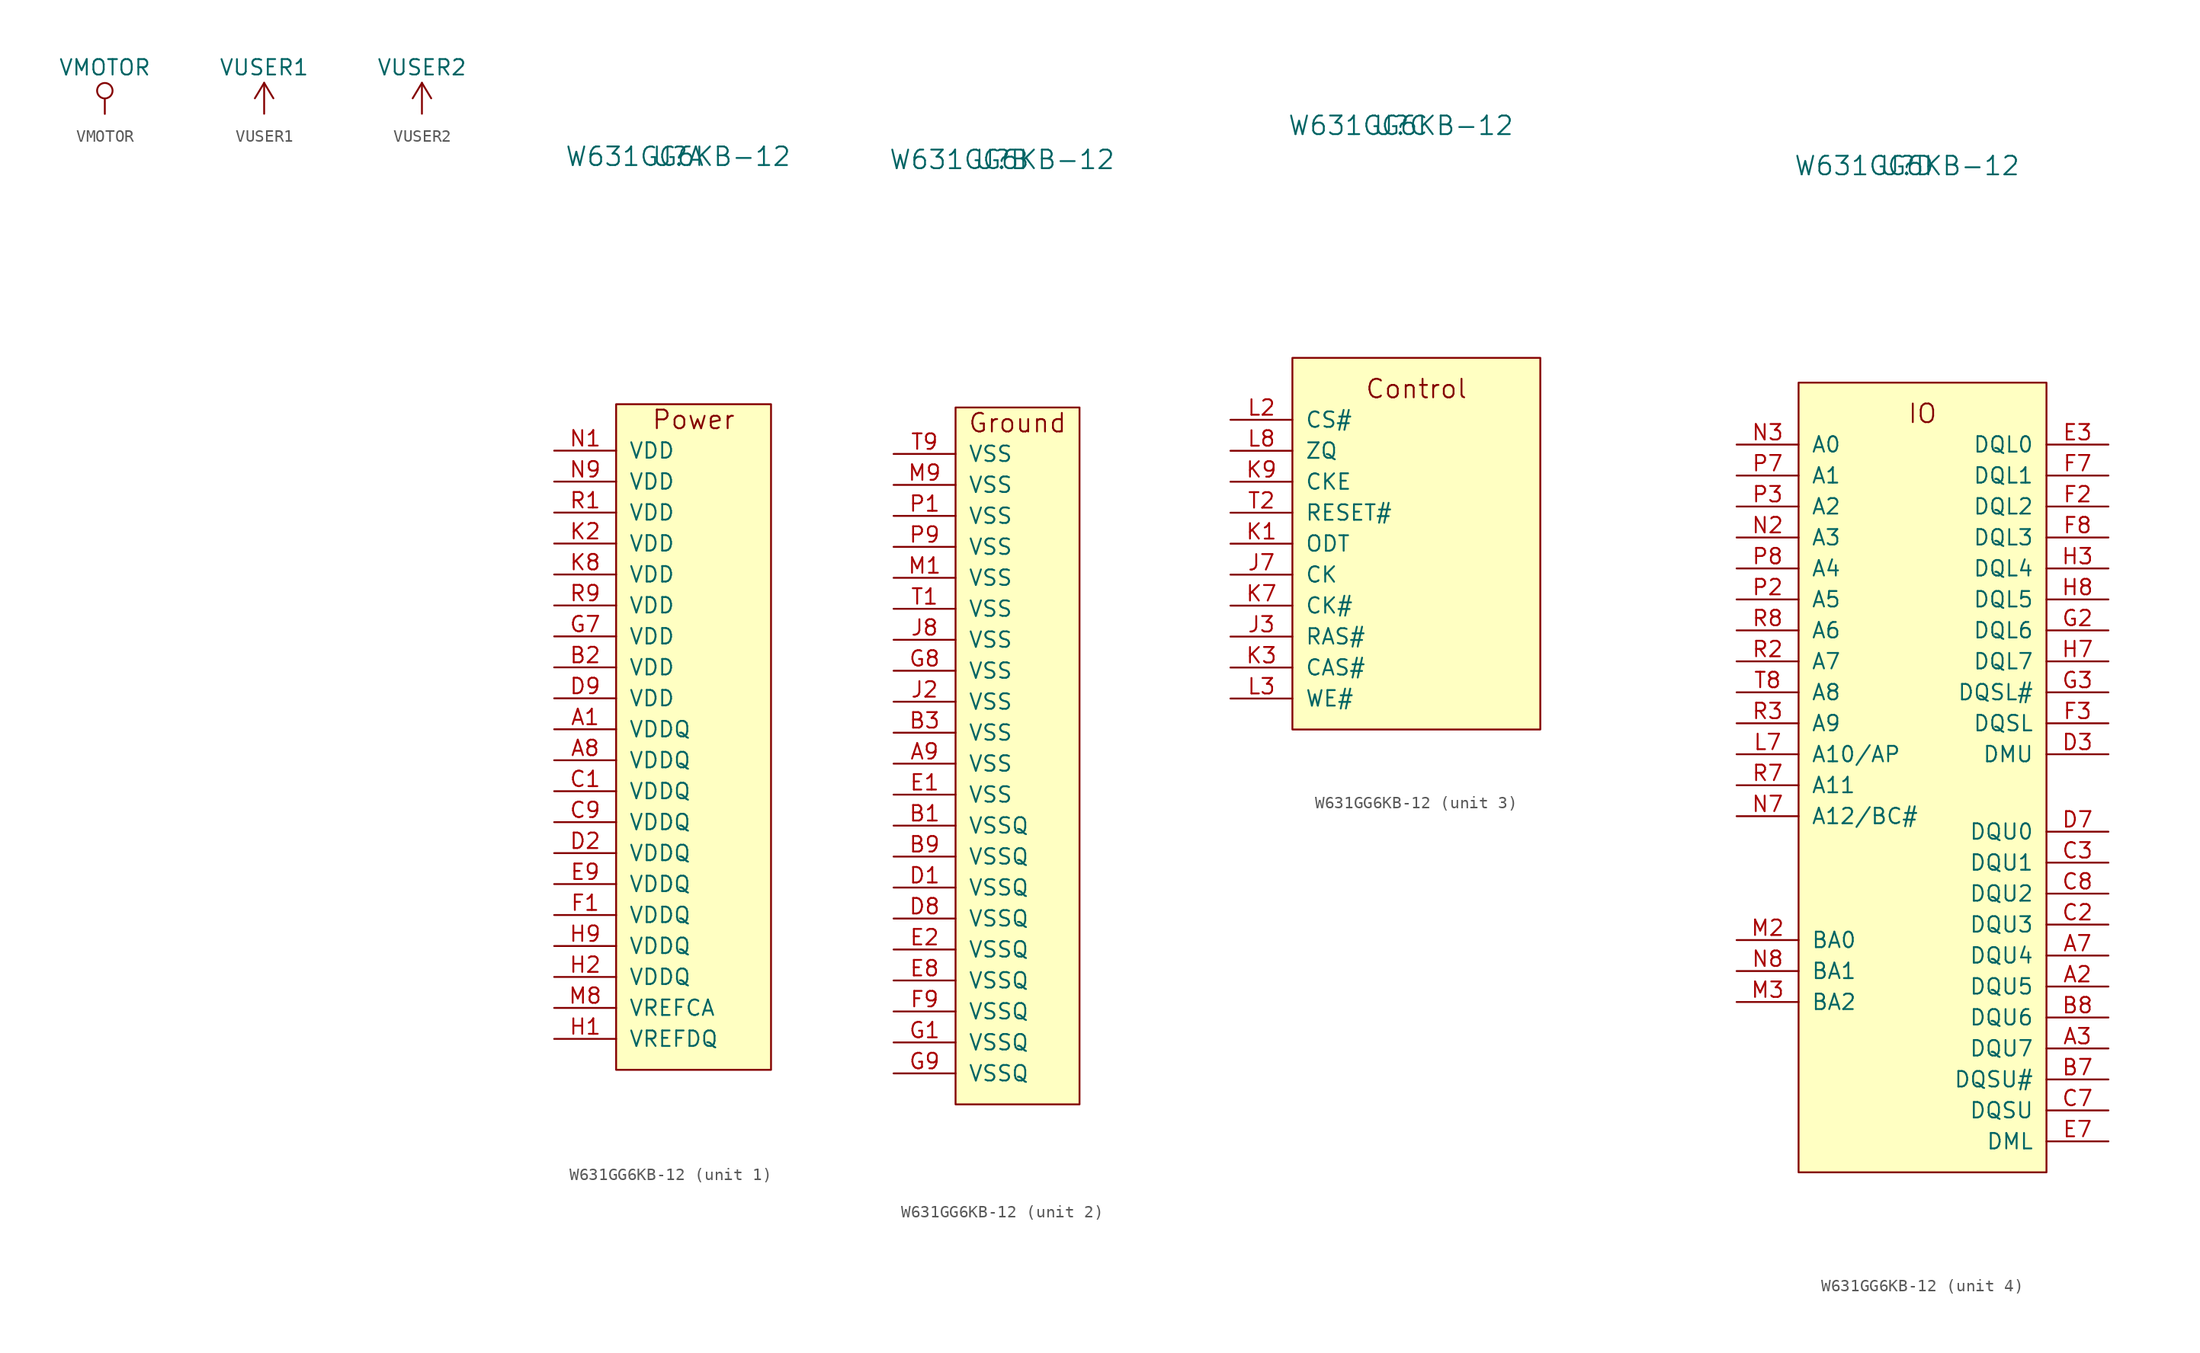
<source format=kicad_sym>
(kicad_symbol_lib
  (version 20211014)
  (generator kicad_symbol_editor)
  (symbol "VMOTOR"
    (power)
    (pin_names
      (offset 0))
    (property "Reference" "#PWR"
      (at 0 -3.81 0)
      (effects (font (size 1.27 1.27)) hide))
    (property "Value" "VMOTOR"
      (at 0 3.81 0)
      (effects (font (size 1.27 1.27))))
    (property "Footprint" ""
      (at 0 0 0)
      (effects (font (size 1.27 1.27))))
    (property "Datasheet" ""
      (at 0 0 0)
      (effects (font (size 1.27 1.27))))
    (symbol "VMOTOR_0_1"
      (polyline (pts (xy 0 0) (xy 0 1.27)) (stroke (width 0) (type default) (color 0 0 0 0)) (fill (type none)))
      (circle (center 0 1.905) (radius 0.635) (stroke (width 0) (type default) (color 0 0 0 0)) (fill (type none))))
    (symbol "VMOTOR_1_1"
      (pin power_in line (at 0 0 180) (length 0) hide (name "VMOTOR" (effects (font (size 1.27 1.27)))) (number "1" (effects (font (size 1.27 1.27)))))))
  (symbol "VUSER1"
    (power)
    (pin_names
      (offset 0))
    (property "Reference" "#PWR"
      (at 0 -3.81 0)
      (effects (font (size 1.27 1.27)) hide))
    (property "Value" "VUSER1"
      (at 0 3.81 0)
      (effects (font (size 1.27 1.27))))
    (symbol "VUSER1_0_1"
      (polyline (pts (xy -0.762 1.27) (xy 0 2.54)) (stroke (width 0) (type default) (color 0 0 0 0)) (fill (type none)))
      (polyline (pts (xy 0 0) (xy 0 2.54)) (stroke (width 0) (type default) (color 0 0 0 0)) (fill (type none)))
      (polyline (pts (xy 0 2.54) (xy 0.762 1.27)) (stroke (width 0) (type default) (color 0 0 0 0)) (fill (type none))))
    (symbol "VUSER1_1_1"
      (pin power_in line (at 0 0 90) (length 0) hide (name "VUSER1" (effects (font (size 1.27 1.27)))) (number "1" (effects (font (size 1.27 1.27)))))))
  (symbol "VUSER2"
    (power)
    (pin_names
      (offset 0))
    (property "Reference" "#PWR"
      (at 0 -3.81 0)
      (effects (font (size 1.27 1.27)) hide))
    (property "Value" "VUSER2"
      (at 0 3.81 0)
      (effects (font (size 1.27 1.27))))
    (symbol "VUSER2_0_1"
      (polyline (pts (xy -0.762 1.27) (xy 0 2.54)) (stroke (width 0) (type default) (color 0 0 0 0)) (fill (type none)))
      (polyline (pts (xy 0 0) (xy 0 2.54)) (stroke (width 0) (type default) (color 0 0 0 0)) (fill (type none)))
      (polyline (pts (xy 0 2.54) (xy 0.762 1.27)) (stroke (width 0) (type default) (color 0 0 0 0)) (fill (type none))))
    (symbol "VUSER2_1_1"
      (pin power_in line (at 0 0 90) (length 0) hide (name "VUSER2" (effects (font (size 1.27 1.27)))) (number "1" (effects (font (size 1.27 1.27)))))))
  (symbol "W631GG6KB-12"
    (pin_names
      (offset 1.016))
    (property "Reference" "U"
      (at -1.27 24.13 0)
      (effects (font (size 1.524 1.524))))
    (property "Value" "W631GG6KB-12"
      (at -1.27 24.13 0)
      (effects (font (size 1.524 1.524))))
    (property "Footprint" ""
      (at -1.27 24.13 0)
      (effects (font (size 1.524 1.524))))
    (property "Datasheet" ""
      (at -1.27 24.13 0)
      (effects (font (size 1.524 1.524))))
    (property "ki_locked" ""
      (at 0 0 0)
      (effects (font (size 1.27 1.27))))
    (symbol "W631GG6KB-12_1_0"
      (text "Power" (at 0 2.54 0) (effects (font (size 1.524 1.524)))))
    (symbol "W631GG6KB-12_1_1"
      (rectangle (start -6.35 3.81) (end 6.35 -50.8) (stroke (width 0) (type default) (color 0 0 0 0)) (fill (type background)))
      (pin input line (at -11.43 -22.86 0) (length 5.08) (name "VDDQ" (effects (font (size 1.27 1.27)))) (number "A1" (effects (font (size 1.27 1.27)))))
      (pin input line (at -11.43 -25.4 0) (length 5.08) (name "VDDQ" (effects (font (size 1.27 1.27)))) (number "A8" (effects (font (size 1.27 1.27)))))
      (pin input line (at -11.43 -17.78 0) (length 5.08) (name "VDD" (effects (font (size 1.27 1.27)))) (number "B2" (effects (font (size 1.27 1.27)))))
      (pin input line (at -11.43 -27.94 0) (length 5.08) (name "VDDQ" (effects (font (size 1.27 1.27)))) (number "C1" (effects (font (size 1.27 1.27)))))
      (pin input line (at -11.43 -30.48 0) (length 5.08) (name "VDDQ" (effects (font (size 1.27 1.27)))) (number "C9" (effects (font (size 1.27 1.27)))))
      (pin input line (at -11.43 -33.02 0) (length 5.08) (name "VDDQ" (effects (font (size 1.27 1.27)))) (number "D2" (effects (font (size 1.27 1.27)))))
      (pin input line (at -11.43 -20.32 0) (length 5.08) (name "VDD" (effects (font (size 1.27 1.27)))) (number "D9" (effects (font (size 1.27 1.27)))))
      (pin input line (at -11.43 -35.56 0) (length 5.08) (name "VDDQ" (effects (font (size 1.27 1.27)))) (number "E9" (effects (font (size 1.27 1.27)))))
      (pin input line (at -11.43 -38.1 0) (length 5.08) (name "VDDQ" (effects (font (size 1.27 1.27)))) (number "F1" (effects (font (size 1.27 1.27)))))
      (pin input line (at -11.43 -15.24 0) (length 5.08) (name "VDD" (effects (font (size 1.27 1.27)))) (number "G7" (effects (font (size 1.27 1.27)))))
      (pin input line (at -11.43 -48.26 0) (length 5.08) (name "VREFDQ" (effects (font (size 1.27 1.27)))) (number "H1" (effects (font (size 1.27 1.27)))))
      (pin input line (at -11.43 -43.18 0) (length 5.08) (name "VDDQ" (effects (font (size 1.27 1.27)))) (number "H2" (effects (font (size 1.27 1.27)))))
      (pin input line (at -11.43 -40.64 0) (length 5.08) (name "VDDQ" (effects (font (size 1.27 1.27)))) (number "H9" (effects (font (size 1.27 1.27)))))
      (pin input line (at -11.43 -7.62 0) (length 5.08) (name "VDD" (effects (font (size 1.27 1.27)))) (number "K2" (effects (font (size 1.27 1.27)))))
      (pin input line (at -11.43 -10.16 0) (length 5.08) (name "VDD" (effects (font (size 1.27 1.27)))) (number "K8" (effects (font (size 1.27 1.27)))))
      (pin input line (at -11.43 -45.72 0) (length 5.08) (name "VREFCA" (effects (font (size 1.27 1.27)))) (number "M8" (effects (font (size 1.27 1.27)))))
      (pin input line (at -11.43 0 0) (length 5.08) (name "VDD" (effects (font (size 1.27 1.27)))) (number "N1" (effects (font (size 1.27 1.27)))))
      (pin input line (at -11.43 -2.54 0) (length 5.08) (name "VDD" (effects (font (size 1.27 1.27)))) (number "N9" (effects (font (size 1.27 1.27)))))
      (pin input line (at -11.43 -5.08 0) (length 5.08) (name "VDD" (effects (font (size 1.27 1.27)))) (number "R1" (effects (font (size 1.27 1.27)))))
      (pin input line (at -11.43 -12.7 0) (length 5.08) (name "VDD" (effects (font (size 1.27 1.27)))) (number "R9" (effects (font (size 1.27 1.27))))))
    (symbol "W631GG6KB-12_2_0"
      (rectangle (start -5.08 3.81) (end 5.08 -53.34) (stroke (width 0) (type default) (color 0 0 0 0)) (fill (type background)))
      (text "Ground" (at 0 2.54 0) (effects (font (size 1.524 1.524)))))
    (symbol "W631GG6KB-12_2_1"
      (pin input line (at -10.16 -25.4 0) (length 5.08) (name "VSS" (effects (font (size 1.27 1.27)))) (number "A9" (effects (font (size 1.27 1.27)))))
      (pin input line (at -10.16 -30.48 0) (length 5.08) (name "VSSQ" (effects (font (size 1.27 1.27)))) (number "B1" (effects (font (size 1.27 1.27)))))
      (pin input line (at -10.16 -22.86 0) (length 5.08) (name "VSS" (effects (font (size 1.27 1.27)))) (number "B3" (effects (font (size 1.27 1.27)))))
      (pin input line (at -10.16 -33.02 0) (length 5.08) (name "VSSQ" (effects (font (size 1.27 1.27)))) (number "B9" (effects (font (size 1.27 1.27)))))
      (pin input line (at -10.16 -35.56 0) (length 5.08) (name "VSSQ" (effects (font (size 1.27 1.27)))) (number "D1" (effects (font (size 1.27 1.27)))))
      (pin input line (at -10.16 -38.1 0) (length 5.08) (name "VSSQ" (effects (font (size 1.27 1.27)))) (number "D8" (effects (font (size 1.27 1.27)))))
      (pin input line (at -10.16 -27.94 0) (length 5.08) (name "VSS" (effects (font (size 1.27 1.27)))) (number "E1" (effects (font (size 1.27 1.27)))))
      (pin input line (at -10.16 -40.64 0) (length 5.08) (name "VSSQ" (effects (font (size 1.27 1.27)))) (number "E2" (effects (font (size 1.27 1.27)))))
      (pin input line (at -10.16 -43.18 0) (length 5.08) (name "VSSQ" (effects (font (size 1.27 1.27)))) (number "E8" (effects (font (size 1.27 1.27)))))
      (pin input line (at -10.16 -45.72 0) (length 5.08) (name "VSSQ" (effects (font (size 1.27 1.27)))) (number "F9" (effects (font (size 1.27 1.27)))))
      (pin input line (at -10.16 -48.26 0) (length 5.08) (name "VSSQ" (effects (font (size 1.27 1.27)))) (number "G1" (effects (font (size 1.27 1.27)))))
      (pin input line (at -10.16 -17.78 0) (length 5.08) (name "VSS" (effects (font (size 1.27 1.27)))) (number "G8" (effects (font (size 1.27 1.27)))))
      (pin input line (at -10.16 -50.8 0) (length 5.08) (name "VSSQ" (effects (font (size 1.27 1.27)))) (number "G9" (effects (font (size 1.27 1.27)))))
      (pin input line (at -10.16 -20.32 0) (length 5.08) (name "VSS" (effects (font (size 1.27 1.27)))) (number "J2" (effects (font (size 1.27 1.27)))))
      (pin input line (at -10.16 -15.24 0) (length 5.08) (name "VSS" (effects (font (size 1.27 1.27)))) (number "J8" (effects (font (size 1.27 1.27)))))
      (pin input line (at -10.16 -10.16 0) (length 5.08) (name "VSS" (effects (font (size 1.27 1.27)))) (number "M1" (effects (font (size 1.27 1.27)))))
      (pin input line (at -10.16 -2.54 0) (length 5.08) (name "VSS" (effects (font (size 1.27 1.27)))) (number "M9" (effects (font (size 1.27 1.27)))))
      (pin input line (at -10.16 -5.08 0) (length 5.08) (name "VSS" (effects (font (size 1.27 1.27)))) (number "P1" (effects (font (size 1.27 1.27)))))
      (pin input line (at -10.16 -7.62 0) (length 5.08) (name "VSS" (effects (font (size 1.27 1.27)))) (number "P9" (effects (font (size 1.27 1.27)))))
      (pin input line (at -10.16 -12.7 0) (length 5.08) (name "VSS" (effects (font (size 1.27 1.27)))) (number "T1" (effects (font (size 1.27 1.27)))))
      (pin input line (at -10.16 0 0) (length 5.08) (name "VSS" (effects (font (size 1.27 1.27)))) (number "T9" (effects (font (size 1.27 1.27))))))
    (symbol "W631GG6KB-12_3_0"
      (rectangle (start -10.16 5.08) (end 10.16 -25.4) (stroke (width 0) (type default) (color 0 0 0 0)) (fill (type background)))
      (text "Control" (at 0 2.54 0) (effects (font (size 1.524 1.524)))))
    (symbol "W631GG6KB-12_3_1"
      (pin input line (at 15.24 -2.54 180) (length 5.08) hide (name "NC" (effects (font (size 1.27 1.27)))) (number "J1" (effects (font (size 1.27 1.27)))))
      (pin input line (at -15.24 -17.78 0) (length 5.08) (name "RAS#" (effects (font (size 1.27 1.27)))) (number "J3" (effects (font (size 1.27 1.27)))))
      (pin input line (at -15.24 -12.7 0) (length 5.08) (name "CK" (effects (font (size 1.27 1.27)))) (number "J7" (effects (font (size 1.27 1.27)))))
      (pin input line (at 15.24 -5.08 180) (length 5.08) hide (name "NC" (effects (font (size 1.27 1.27)))) (number "J9" (effects (font (size 1.27 1.27)))))
      (pin input line (at -15.24 -10.16 0) (length 5.08) (name "ODT" (effects (font (size 1.27 1.27)))) (number "K1" (effects (font (size 1.27 1.27)))))
      (pin input line (at -15.24 -20.32 0) (length 5.08) (name "CAS#" (effects (font (size 1.27 1.27)))) (number "K3" (effects (font (size 1.27 1.27)))))
      (pin input line (at -15.24 -15.24 0) (length 5.08) (name "CK#" (effects (font (size 1.27 1.27)))) (number "K7" (effects (font (size 1.27 1.27)))))
      (pin input line (at -15.24 -5.08 0) (length 5.08) (name "CKE" (effects (font (size 1.27 1.27)))) (number "K9" (effects (font (size 1.27 1.27)))))
      (pin input line (at 15.24 -7.62 180) (length 5.08) hide (name "NC" (effects (font (size 1.27 1.27)))) (number "L1" (effects (font (size 1.27 1.27)))))
      (pin input line (at -15.24 0 0) (length 5.08) (name "CS#" (effects (font (size 1.27 1.27)))) (number "L2" (effects (font (size 1.27 1.27)))))
      (pin input line (at -15.24 -22.86 0) (length 5.08) (name "WE#" (effects (font (size 1.27 1.27)))) (number "L3" (effects (font (size 1.27 1.27)))))
      (pin input line (at -15.24 -2.54 0) (length 5.08) (name "ZQ" (effects (font (size 1.27 1.27)))) (number "L8" (effects (font (size 1.27 1.27)))))
      (pin input line (at 15.24 -10.16 180) (length 5.08) hide (name "NC" (effects (font (size 1.27 1.27)))) (number "L9" (effects (font (size 1.27 1.27)))))
      (pin input line (at 15.24 0 180) (length 5.08) hide (name "NC" (effects (font (size 1.27 1.27)))) (number "M7" (effects (font (size 1.27 1.27)))))
      (pin input line (at -15.24 -7.62 0) (length 5.08) (name "RESET#" (effects (font (size 1.27 1.27)))) (number "T2" (effects (font (size 1.27 1.27)))))
      (pin input line (at 15.24 -12.7 180) (length 5.08) hide (name "NC" (effects (font (size 1.27 1.27)))) (number "T3" (effects (font (size 1.27 1.27)))))
      (pin input line (at 15.24 -15.24 180) (length 5.08) hide (name "NC" (effects (font (size 1.27 1.27)))) (number "T7" (effects (font (size 1.27 1.27))))))
    (symbol "W631GG6KB-12_4_0"
      (rectangle (start -10.16 6.35) (end 10.16 -58.42) (stroke (width 0) (type default) (color 0 0 0 0)) (fill (type background)))
      (text "IO" (at 0 3.81 0) (effects (font (size 1.524 1.524)))))
    (symbol "W631GG6KB-12_4_1"
      (pin input line (at 15.24 -43.18 180) (length 5.08) (name "DQU5" (effects (font (size 1.27 1.27)))) (number "A2" (effects (font (size 1.27 1.27)))))
      (pin input line (at 15.24 -48.26 180) (length 5.08) (name "DQU7" (effects (font (size 1.27 1.27)))) (number "A3" (effects (font (size 1.27 1.27)))))
      (pin input line (at 15.24 -40.64 180) (length 5.08) (name "DQU4" (effects (font (size 1.27 1.27)))) (number "A7" (effects (font (size 1.27 1.27)))))
      (pin input line (at 15.24 -50.8 180) (length 5.08) (name "DQSU#" (effects (font (size 1.27 1.27)))) (number "B7" (effects (font (size 1.27 1.27)))))
      (pin input line (at 15.24 -45.72 180) (length 5.08) (name "DQU6" (effects (font (size 1.27 1.27)))) (number "B8" (effects (font (size 1.27 1.27)))))
      (pin input line (at 15.24 -38.1 180) (length 5.08) (name "DQU3" (effects (font (size 1.27 1.27)))) (number "C2" (effects (font (size 1.27 1.27)))))
      (pin input line (at 15.24 -33.02 180) (length 5.08) (name "DQU1" (effects (font (size 1.27 1.27)))) (number "C3" (effects (font (size 1.27 1.27)))))
      (pin input line (at 15.24 -53.34 180) (length 5.08) (name "DQSU" (effects (font (size 1.27 1.27)))) (number "C7" (effects (font (size 1.27 1.27)))))
      (pin input line (at 15.24 -35.56 180) (length 5.08) (name "DQU2" (effects (font (size 1.27 1.27)))) (number "C8" (effects (font (size 1.27 1.27)))))
      (pin input line (at 15.24 -24.13 180) (length 5.08) (name "DMU" (effects (font (size 1.27 1.27)))) (number "D3" (effects (font (size 1.27 1.27)))))
      (pin input line (at 15.24 -30.48 180) (length 5.08) (name "DQU0" (effects (font (size 1.27 1.27)))) (number "D7" (effects (font (size 1.27 1.27)))))
      (pin input line (at 15.24 1.27 180) (length 5.08) (name "DQL0" (effects (font (size 1.27 1.27)))) (number "E3" (effects (font (size 1.27 1.27)))))
      (pin input line (at 15.24 -55.88 180) (length 5.08) (name "DML" (effects (font (size 1.27 1.27)))) (number "E7" (effects (font (size 1.27 1.27)))))
      (pin input line (at 15.24 -3.81 180) (length 5.08) (name "DQL2" (effects (font (size 1.27 1.27)))) (number "F2" (effects (font (size 1.27 1.27)))))
      (pin input line (at 15.24 -21.59 180) (length 5.08) (name "DQSL" (effects (font (size 1.27 1.27)))) (number "F3" (effects (font (size 1.27 1.27)))))
      (pin input line (at 15.24 -1.27 180) (length 5.08) (name "DQL1" (effects (font (size 1.27 1.27)))) (number "F7" (effects (font (size 1.27 1.27)))))
      (pin input line (at 15.24 -6.35 180) (length 5.08) (name "DQL3" (effects (font (size 1.27 1.27)))) (number "F8" (effects (font (size 1.27 1.27)))))
      (pin input line (at 15.24 -13.97 180) (length 5.08) (name "DQL6" (effects (font (size 1.27 1.27)))) (number "G2" (effects (font (size 1.27 1.27)))))
      (pin input line (at 15.24 -19.05 180) (length 5.08) (name "DQSL#" (effects (font (size 1.27 1.27)))) (number "G3" (effects (font (size 1.27 1.27)))))
      (pin input line (at 15.24 -8.89 180) (length 5.08) (name "DQL4" (effects (font (size 1.27 1.27)))) (number "H3" (effects (font (size 1.27 1.27)))))
      (pin input line (at 15.24 -16.51 180) (length 5.08) (name "DQL7" (effects (font (size 1.27 1.27)))) (number "H7" (effects (font (size 1.27 1.27)))))
      (pin input line (at 15.24 -11.43 180) (length 5.08) (name "DQL5" (effects (font (size 1.27 1.27)))) (number "H8" (effects (font (size 1.27 1.27)))))
      (pin input line (at -15.24 -24.13 0) (length 5.08) (name "A10/AP" (effects (font (size 1.27 1.27)))) (number "L7" (effects (font (size 1.27 1.27)))))
      (pin input line (at -15.24 -39.37 0) (length 5.08) (name "BA0" (effects (font (size 1.27 1.27)))) (number "M2" (effects (font (size 1.27 1.27)))))
      (pin input line (at -15.24 -44.45 0) (length 5.08) (name "BA2" (effects (font (size 1.27 1.27)))) (number "M3" (effects (font (size 1.27 1.27)))))
      (pin input line (at -15.24 -6.35 0) (length 5.08) (name "A3" (effects (font (size 1.27 1.27)))) (number "N2" (effects (font (size 1.27 1.27)))))
      (pin input line (at -15.24 1.27 0) (length 5.08) (name "A0" (effects (font (size 1.27 1.27)))) (number "N3" (effects (font (size 1.27 1.27)))))
      (pin input line (at -15.24 -29.21 0) (length 5.08) (name "A12/BC#" (effects (font (size 1.27 1.27)))) (number "N7" (effects (font (size 1.27 1.27)))))
      (pin input line (at -15.24 -41.91 0) (length 5.08) (name "BA1" (effects (font (size 1.27 1.27)))) (number "N8" (effects (font (size 1.27 1.27)))))
      (pin input line (at -15.24 -11.43 0) (length 5.08) (name "A5" (effects (font (size 1.27 1.27)))) (number "P2" (effects (font (size 1.27 1.27)))))
      (pin input line (at -15.24 -3.81 0) (length 5.08) (name "A2" (effects (font (size 1.27 1.27)))) (number "P3" (effects (font (size 1.27 1.27)))))
      (pin input line (at -15.24 -1.27 0) (length 5.08) (name "A1" (effects (font (size 1.27 1.27)))) (number "P7" (effects (font (size 1.27 1.27)))))
      (pin input line (at -15.24 -8.89 0) (length 5.08) (name "A4" (effects (font (size 1.27 1.27)))) (number "P8" (effects (font (size 1.27 1.27)))))
      (pin input line (at -15.24 -16.51 0) (length 5.08) (name "A7" (effects (font (size 1.27 1.27)))) (number "R2" (effects (font (size 1.27 1.27)))))
      (pin input line (at -15.24 -21.59 0) (length 5.08) (name "A9" (effects (font (size 1.27 1.27)))) (number "R3" (effects (font (size 1.27 1.27)))))
      (pin input line (at -15.24 -26.67 0) (length 5.08) (name "A11" (effects (font (size 1.27 1.27)))) (number "R7" (effects (font (size 1.27 1.27)))))
      (pin input line (at -15.24 -13.97 0) (length 5.08) (name "A6" (effects (font (size 1.27 1.27)))) (number "R8" (effects (font (size 1.27 1.27)))))
      (pin input line (at -15.24 -19.05 0) (length 5.08) (name "A8" (effects (font (size 1.27 1.27)))) (number "T8" (effects (font (size 1.27 1.27))))))))
</source>
